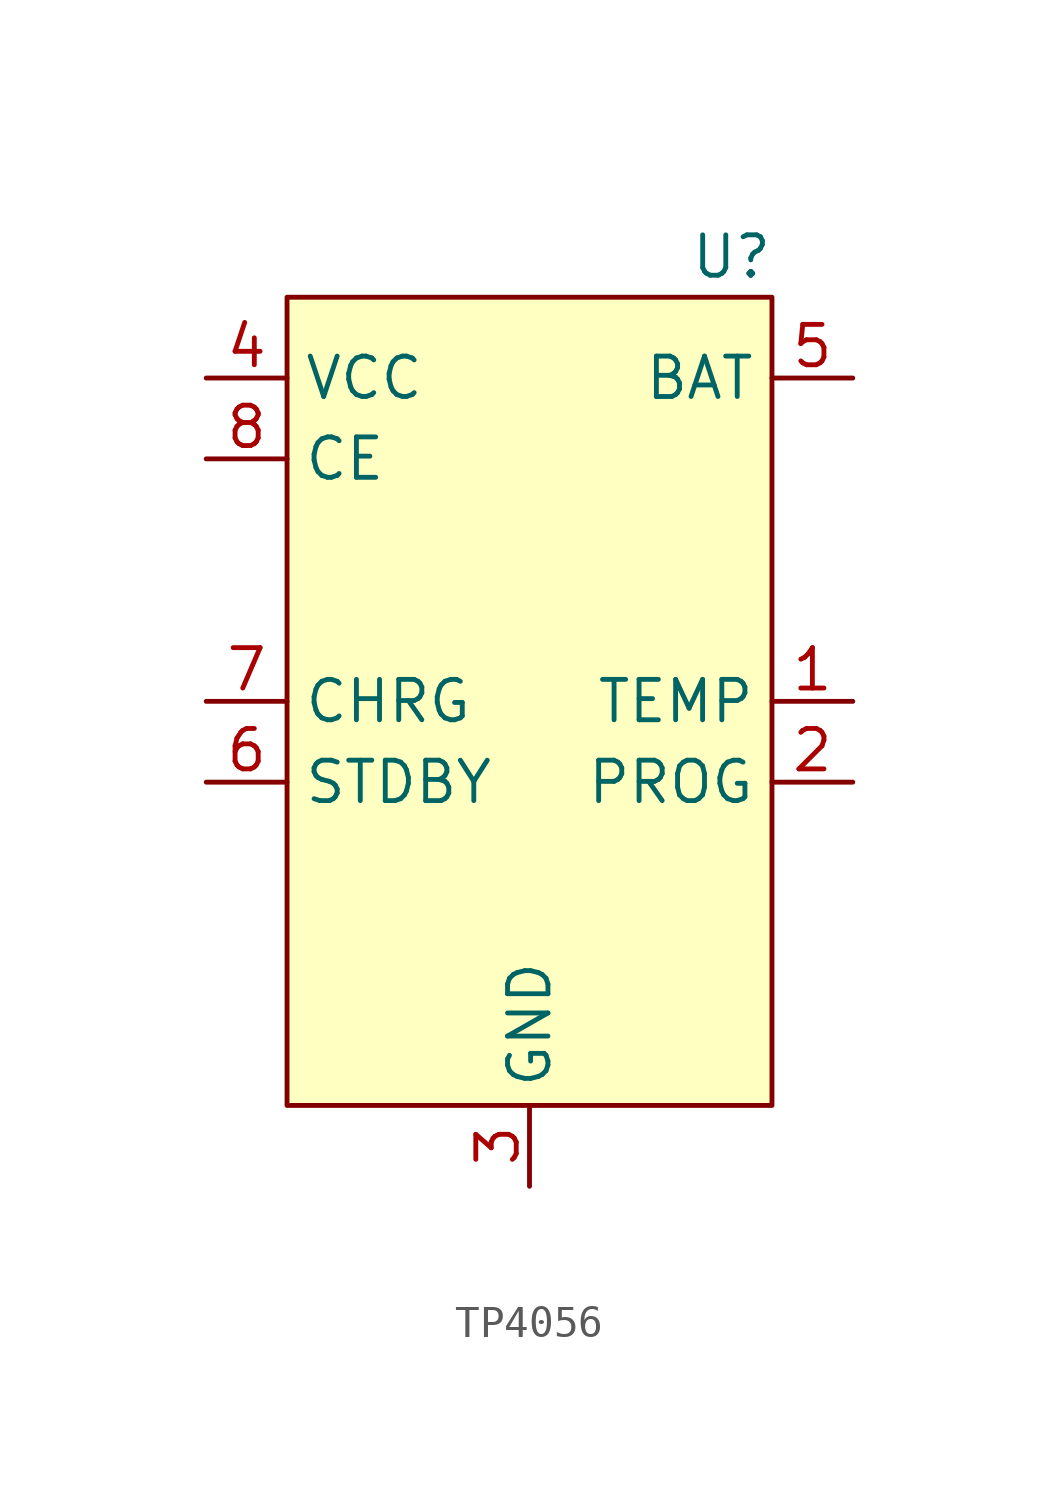
<source format=kicad_sym>
(kicad_symbol_lib
  (version 20220914)
  (generator kicad_symbol_editor)
  (symbol "TP4056"
    (property "Reference" "U"
      (at 6.35 13.97 0)
      (effects (font (size 1.27 1.27))))
    (property "Value" ""
      (at 0 -1.27 0)
      (effects (font (size 1.27 1.27))))
    (symbol "TP4056_1_1"
      (rectangle (start -7.62 12.7) (end 7.62 -12.7) (stroke (width 0) (type default)) (fill (type background)))
      (pin input line (at 10.16 0 180) (length 2.54) (name "TEMP" (effects (font (size 1.27 1.27)))) (number "1" (effects (font (size 1.27 1.27)))))
      (pin input line (at 10.16 -2.54 180) (length 2.54) (name "PROG" (effects (font (size 1.27 1.27)))) (number "2" (effects (font (size 1.27 1.27)))))
      (pin input line (at 0 -15.24 90) (length 2.54) (name "GND" (effects (font (size 1.27 1.27)))) (number "3" (effects (font (size 1.27 1.27)))))
      (pin input line (at -10.16 10.16 0) (length 2.54) (name "VCC" (effects (font (size 1.27 1.27)))) (number "4" (effects (font (size 1.27 1.27)))))
      (pin input line (at 10.16 10.16 180) (length 2.54) (name "BAT" (effects (font (size 1.27 1.27)))) (number "5" (effects (font (size 1.27 1.27)))))
      (pin input line (at -10.16 -2.54 0) (length 2.54) (name "STDBY" (effects (font (size 1.27 1.27)))) (number "6" (effects (font (size 1.27 1.27)))))
      (pin input line (at -10.16 0 0) (length 2.54) (name "CHRG" (effects (font (size 1.27 1.27)))) (number "7" (effects (font (size 1.27 1.27)))))
      (pin input line (at -10.16 7.62 0) (length 2.54) (name "CE" (effects (font (size 1.27 1.27)))) (number "8" (effects (font (size 1.27 1.27))))))))
</source>
